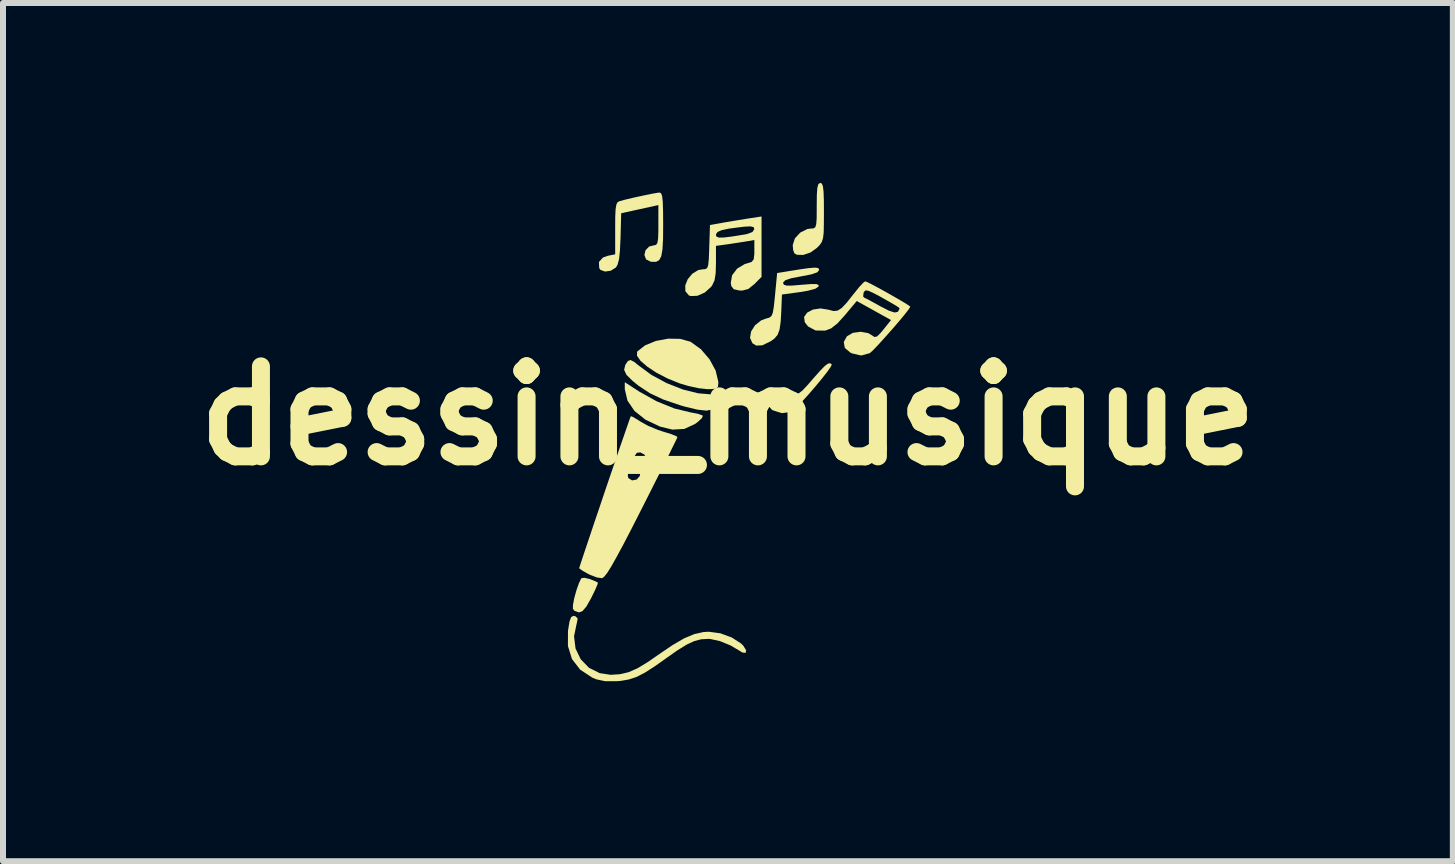
<source format=kicad_pcb>
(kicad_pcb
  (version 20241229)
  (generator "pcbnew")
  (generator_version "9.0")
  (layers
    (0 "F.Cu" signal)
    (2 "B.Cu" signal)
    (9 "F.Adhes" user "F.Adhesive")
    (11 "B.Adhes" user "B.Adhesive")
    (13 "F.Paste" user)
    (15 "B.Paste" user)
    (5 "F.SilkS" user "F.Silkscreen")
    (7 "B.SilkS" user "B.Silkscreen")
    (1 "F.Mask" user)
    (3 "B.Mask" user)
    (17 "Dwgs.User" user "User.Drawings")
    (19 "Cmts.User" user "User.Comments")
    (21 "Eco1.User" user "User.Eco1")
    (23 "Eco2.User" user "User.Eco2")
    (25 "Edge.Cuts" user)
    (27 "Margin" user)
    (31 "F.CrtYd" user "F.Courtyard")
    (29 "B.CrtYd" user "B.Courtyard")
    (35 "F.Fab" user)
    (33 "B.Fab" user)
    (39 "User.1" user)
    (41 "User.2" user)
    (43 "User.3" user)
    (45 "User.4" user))
  (footprint "dessin_musique"
    (layer "F.Cu")
    (at 9.086 3.88)
    (property "Reference" "dessin_musique" (at 0 0 0) (layer "F.SilkS") (effects (font (size 1.5 1.5) (thickness 0.3))))
    (attr board_only exclude_from_pos_files exclude_from_bom)
    (fp_poly (pts (xy -2.301 2.724) (xy -2.203 2.764) (xy -2.167 2.784) (xy -2.178 2.821) (xy -2.216 2.909) (xy -2.276 3.031) (xy -2.278 3.036) (xy -2.359 3.18) (xy -2.425 3.258) (xy -2.482 3.28) (xy -2.558 3.254) (xy -2.585 3.221) (xy -2.584 3.156) (xy -2.563 3.044) (xy -2.527 2.914) (xy -2.486 2.796) (xy -2.448 2.717) (xy -2.441 2.708) (xy -2.391 2.703)) (stroke (width 0) (type solid)) (fill yes) (layer "F.SilkS"))
    (fp_poly (pts (xy -1.476 -0.4) (xy -1.187 -0.239) (xy -0.893 -0.12) (xy -0.619 -0.054) (xy -0.613 -0.053) (xy -0.502 -0.032) (xy -0.43 -0.006) (xy -0.418 0.003) (xy -0.436 0.043) (xy -0.504 0.105) (xy -0.548 0.138) (xy -0.728 0.221) (xy -0.926 0.232) (xy -1.132 0.182) (xy -1.375 0.067) (xy -1.558 -0.079) (xy -1.675 -0.251) (xy -1.72 -0.442) (xy -1.72 -0.458) (xy -1.72 -0.558)) (stroke (width 0) (type solid)) (fill yes) (layer "F.SilkS"))
    (fp_poly (pts (xy -1.563 -0.897) (xy -1.497 -0.843) (xy -1.278 -0.681) (xy -1.022 -0.543) (xy -0.753 -0.437) (xy -0.497 -0.373) (xy -0.341 -0.36) (xy -0.216 -0.348) (xy -0.161 -0.305) (xy -0.171 -0.223) (xy -0.201 -0.157) (xy -0.259 -0.103) (xy -0.359 -0.084) (xy -0.512 -0.101) (xy -0.726 -0.153) (xy -0.8 -0.175) (xy -1.077 -0.269) (xy -1.299 -0.373) (xy -1.492 -0.5) (xy -1.588 -0.578) (xy -1.692 -0.681) (xy -1.731 -0.764) (xy -1.711 -0.848) (xy -1.669 -0.91) (xy -1.629 -0.929)) (stroke (width 0) (type solid)) (fill yes) (layer "F.SilkS"))
    (fp_poly (pts (xy -0.798 -1.281) (xy -0.628 -1.234) (xy -0.619 -1.229) (xy -0.45 -1.107) (xy -0.307 -0.94) (xy -0.205 -0.752) (xy -0.161 -0.567) (xy -0.16 -0.541) (xy -0.167 -0.48) (xy -0.2 -0.451) (xy -0.282 -0.443) (xy -0.35 -0.443) (xy -0.489 -0.458) (xy -0.662 -0.496) (xy -0.81 -0.54) (xy -1.011 -0.622) (xy -1.193 -0.717) (xy -1.346 -0.818) (xy -1.458 -0.915) (xy -1.517 -1.001) (xy -1.514 -1.067) (xy -1.512 -1.07) (xy -1.381 -1.173) (xy -1.201 -1.246) (xy -0.997 -1.284)) (stroke (width 0) (type solid)) (fill yes) (layer "F.SilkS"))
    (fp_poly (pts (xy 1.731 -0.855) (xy 1.716 -0.818) (xy 1.659 -0.736) (xy 1.57 -0.622) (xy 1.462 -0.492) (xy 1.347 -0.358) (xy 1.235 -0.235) (xy 1.14 -0.136) (xy 1.073 -0.075) (xy 1.053 -0.063) (xy 0.897 -0.042) (xy 0.746 -0.091) (xy 0.729 -0.102) (xy 0.659 -0.188) (xy 0.644 -0.288) (xy 0.685 -0.375) (xy 0.717 -0.399) (xy 0.849 -0.436) (xy 0.993 -0.429) (xy 1.099 -0.386) (xy 1.139 -0.365) (xy 1.181 -0.373) (xy 1.239 -0.417) (xy 1.325 -0.508) (xy 1.41 -0.606) (xy 1.532 -0.744) (xy 1.615 -0.829) (xy 1.669 -0.869) (xy 1.706 -0.873)) (stroke (width 0) (type solid)) (fill yes) (layer "F.SilkS"))
    (fp_poly (pts (xy 1.566 -3.868) (xy 1.583 -3.824) (xy 1.594 -3.735) (xy 1.599 -3.59) (xy 1.6 -3.397) (xy 1.599 -3.193) (xy 1.596 -3.053) (xy 1.585 -2.96) (xy 1.565 -2.897) (xy 1.532 -2.848) (xy 1.483 -2.797) (xy 1.375 -2.72) (xy 1.255 -2.68) (xy 1.151 -2.682) (xy 1.107 -2.707) (xy 1.087 -2.763) (xy 1.08 -2.844) (xy 1.116 -2.956) (xy 1.205 -3.052) (xy 1.324 -3.112) (xy 1.385 -3.12) (xy 1.429 -3.123) (xy 1.457 -3.143) (xy 1.472 -3.194) (xy 1.479 -3.292) (xy 1.48 -3.451) (xy 1.48 -3.5) (xy 1.482 -3.681) (xy 1.49 -3.796) (xy 1.506 -3.857) (xy 1.531 -3.879) (xy 1.54 -3.88)) (stroke (width 0) (type solid)) (fill yes) (layer "F.SilkS"))
    (fp_poly (pts (xy 1.494 -2.464) (xy 1.516 -2.448) (xy 1.52 -2.428) (xy 1.489 -2.39) (xy 1.392 -2.356) (xy 1.221 -2.323) (xy 1.22 -2.323) (xy 1.055 -2.291) (xy 0.958 -2.259) (xy 0.921 -2.223) (xy 0.92 -2.214) (xy 0.931 -2.184) (xy 0.976 -2.169) (xy 1.068 -2.169) (xy 1.225 -2.182) (xy 1.225 -2.182) (xy 1.381 -2.194) (xy 1.472 -2.194) (xy 1.51 -2.18) (xy 1.512 -2.155) (xy 1.461 -2.118) (xy 1.338 -2.084) (xy 1.197 -2.06) (xy 0.9 -2.02) (xy 0.89 -1.76) (xy 0.879 -1.566) (xy 0.86 -1.434) (xy 0.826 -1.345) (xy 0.772 -1.283) (xy 0.709 -1.239) (xy 0.572 -1.173) (xy 0.471 -1.169) (xy 0.408 -1.208) (xy 0.368 -1.297) (xy 0.386 -1.404) (xy 0.452 -1.508) (xy 0.554 -1.589) (xy 0.635 -1.619) (xy 0.689 -1.634) (xy 0.725 -1.661) (xy 0.748 -1.717) (xy 0.765 -1.818) (xy 0.782 -1.979) (xy 0.785 -2.011) (xy 0.82 -2.378) (xy 0.98 -2.404) (xy 1.197 -2.439) (xy 1.346 -2.46) (xy 1.442 -2.468)) (stroke (width 0) (type solid)) (fill yes) (layer "F.SilkS"))
    (fp_poly (pts (xy -1.114 -3.707) (xy -1.097 -3.66) (xy -1.087 -3.568) (xy -1.082 -3.419) (xy -1.08 -3.202) (xy -1.08 -3.185) (xy -1.082 -2.943) (xy -1.092 -2.771) (xy -1.112 -2.658) (xy -1.147 -2.592) (xy -1.199 -2.565) (xy -1.272 -2.565) (xy -1.287 -2.567) (xy -1.365 -2.606) (xy -1.393 -2.679) (xy -1.374 -2.758) (xy -1.314 -2.82) (xy -1.235 -2.84) (xy -1.198 -2.848) (xy -1.176 -2.881) (xy -1.164 -2.956) (xy -1.16 -3.088) (xy -1.16 -3.175) (xy -1.16 -3.511) (xy -1.47 -3.443) (xy -1.78 -3.375) (xy -1.791 -2.959) (xy -1.801 -2.751) (xy -1.816 -2.608) (xy -1.84 -2.518) (xy -1.868 -2.471) (xy -1.952 -2.417) (xy -2.048 -2.403) (xy -2.125 -2.43) (xy -2.146 -2.46) (xy -2.151 -2.562) (xy -2.085 -2.636) (xy -2.001 -2.666) (xy -1.88 -2.69) (xy -1.88 -3.122) (xy -1.879 -3.316) (xy -1.873 -3.444) (xy -1.86 -3.52) (xy -1.839 -3.56) (xy -1.81 -3.575) (xy -1.707 -3.603) (xy -1.568 -3.636) (xy -1.416 -3.669) (xy -1.277 -3.698) (xy -1.174 -3.716) (xy -1.138 -3.72)) (stroke (width 0) (type solid)) (fill yes) (layer "F.SilkS"))
    (fp_poly (pts (xy -2.541 3.345) (xy -2.505 3.382) (xy -2.52 3.461) (xy -2.522 3.466) (xy -2.566 3.679) (xy -2.541 3.881) (xy -2.455 4.06) (xy -2.318 4.202) (xy -2.139 4.292) (xy -1.956 4.32) (xy -1.799 4.31) (xy -1.655 4.276) (xy -1.505 4.21) (xy -1.328 4.102) (xy -1.171 3.993) (xy -0.929 3.828) (xy -0.73 3.712) (xy -0.56 3.641) (xy -0.407 3.607) (xy -0.32 3.602) (xy -0.127 3.628) (xy 0.064 3.698) (xy 0.219 3.798) (xy 0.256 3.835) (xy 0.303 3.911) (xy 0.296 3.954) (xy 0.242 3.949) (xy 0.208 3.928) (xy 0.045 3.831) (xy -0.134 3.758) (xy -0.295 3.723) (xy -0.327 3.721) (xy -0.448 3.728) (xy -0.562 3.758) (xy -0.689 3.817) (xy -0.844 3.913) (xy -1.02 4.037) (xy -1.228 4.184) (xy -1.392 4.288) (xy -1.528 4.357) (xy -1.653 4.398) (xy -1.785 4.421) (xy -1.858 4.427) (xy -2.044 4.427) (xy -2.192 4.396) (xy -2.262 4.367) (xy -2.464 4.234) (xy -2.6 4.058) (xy -2.668 3.84) (xy -2.667 3.583) (xy -2.665 3.574) (xy -2.642 3.433) (xy -2.615 3.359) (xy -2.576 3.337)) (stroke (width 0) (type solid)) (fill yes) (layer "F.SilkS"))
    (fp_poly (pts (xy 0.56 -2.817) (xy 0.56 -2.314) (xy 0.441 -2.194) (xy 0.339 -2.112) (xy 0.24 -2.086) (xy 0.191 -2.087) (xy 0.097 -2.108) (xy 0.057 -2.16) (xy 0.047 -2.214) (xy 0.069 -2.341) (xy 0.153 -2.452) (xy 0.281 -2.528) (xy 0.325 -2.541) (xy 0.396 -2.564) (xy 0.43 -2.608) (xy 0.44 -2.698) (xy 0.44 -2.748) (xy 0.44 -2.929) (xy 0.31 -2.906) (xy 0.187 -2.887) (xy 0.038 -2.864) (xy -0.01 -2.857) (xy -0.2 -2.831) (xy -0.2 -2.541) (xy -0.205 -2.37) (xy -0.224 -2.256) (xy -0.262 -2.174) (xy -0.28 -2.149) (xy -0.385 -2.054) (xy -0.508 -1.999) (xy -0.62 -1.994) (xy -0.653 -2.006) (xy -0.71 -2.076) (xy -0.712 -2.172) (xy -0.67 -2.276) (xy -0.594 -2.367) (xy -0.496 -2.427) (xy -0.423 -2.44) (xy -0.376 -2.443) (xy -0.346 -2.462) (xy -0.329 -2.513) (xy -0.319 -2.61) (xy -0.313 -2.77) (xy -0.312 -2.81) (xy -0.305 -3.011) (xy -0.2 -3.011) (xy -0.189 -2.983) (xy -0.147 -2.969) (xy -0.062 -2.971) (xy 0.076 -2.988) (xy 0.279 -3.021) (xy 0.31 -3.026) (xy 0.407 -3.061) (xy 0.44 -3.11) (xy 0.427 -3.144) (xy 0.377 -3.156) (xy 0.272 -3.151) (xy 0.212 -3.144) (xy 0.02 -3.119) (xy -0.104 -3.093) (xy -0.173 -3.063) (xy -0.199 -3.025) (xy -0.2 -3.011) (xy -0.305 -3.011) (xy -0.3 -3.179) (xy -0.04 -3.225) (xy 0.128 -3.253) (xy 0.293 -3.28) (xy 0.39 -3.295) (xy 0.56 -3.321)) (stroke (width 0) (type solid)) (fill yes) (layer "F.SilkS"))
    (fp_poly (pts (xy -1.584 0.021) (xy -1.505 0.068) (xy -1.456 0.1) (xy -1.327 0.171) (xy -1.165 0.238) (xy -1.071 0.269) (xy -0.949 0.306) (xy -0.866 0.339) (xy -0.842 0.357) (xy -0.86 0.397) (xy -0.91 0.499) (xy -0.987 0.656) (xy -1.088 0.859) (xy -1.209 1.098) (xy -1.344 1.366) (xy -1.432 1.54) (xy -1.603 1.876) (xy -1.743 2.146) (xy -1.856 2.355) (xy -1.943 2.51) (xy -2.01 2.617) (xy -2.059 2.68) (xy -2.093 2.707) (xy -2.1 2.709) (xy -2.185 2.697) (xy -2.298 2.654) (xy -2.33 2.638) (xy -2.422 2.586) (xy -2.475 2.549) (xy -2.48 2.542) (xy -2.468 2.502) (xy -2.433 2.396) (xy -2.38 2.236) (xy -2.312 2.034) (xy -2.233 1.798) (xy -2.146 1.542) (xy -2.056 1.274) (xy -1.965 1.007) (xy -1.963 1.001) (xy -1.67 1.001) (xy -1.66 1.04) (xy -1.598 1.079) (xy -1.522 1.065) (xy -1.471 1.007) (xy -1.468 1) (xy -1.466 0.945) (xy -1.49 0.946) (xy -1.544 0.94) (xy -1.582 0.903) (xy -1.624 0.858) (xy -1.648 0.884) (xy -1.659 0.917) (xy -1.67 1.001) (xy -1.963 1.001) (xy -1.877 0.75) (xy -1.865 0.714) (xy -1.57 0.714) (xy -1.57 0.77) (xy -1.515 0.77) (xy -1.515 0.77) (xy -1.454 0.776) (xy -1.439 0.825) (xy -1.433 0.875) (xy -1.406 0.849) (xy -1.4 0.84) (xy -1.365 0.75) (xy -1.361 0.714) (xy -1.392 0.649) (xy -1.461 0.612) (xy -1.519 0.619) (xy -1.554 0.67) (xy -1.57 0.714) (xy -1.865 0.714) (xy -1.797 0.515) (xy -1.727 0.313) (xy -1.672 0.154) (xy -1.635 0.048) (xy -1.62 0.008) (xy -1.62 0.008)) (stroke (width 0) (type solid)) (fill yes) (layer "F.SilkS"))
    (fp_poly (pts (xy 2.333 -2.222) (xy 2.427 -2.174) (xy 2.553 -2.106) (xy 2.693 -2.028) (xy 2.829 -1.95) (xy 2.944 -1.882) (xy 3.019 -1.834) (xy 3.04 -1.817) (xy 3.015 -1.775) (xy 2.948 -1.689) (xy 2.852 -1.573) (xy 2.739 -1.442) (xy 2.621 -1.309) (xy 2.512 -1.189) (xy 2.424 -1.096) (xy 2.369 -1.046) (xy 2.363 -1.042) (xy 2.222 -1.003) (xy 2.07 -1.038) (xy 2.04 -1.052) (xy 1.948 -1.13) (xy 1.931 -1.228) (xy 1.983 -1.323) (xy 2.082 -1.381) (xy 2.213 -1.399) (xy 2.34 -1.376) (xy 2.4 -1.34) (xy 2.444 -1.311) (xy 2.488 -1.322) (xy 2.549 -1.384) (xy 2.593 -1.437) (xy 2.719 -1.594) (xy 2.433 -1.753) (xy 2.147 -1.912) (xy 1.951 -1.677) (xy 1.824 -1.537) (xy 1.719 -1.455) (xy 1.622 -1.418) (xy 1.622 -1.418) (xy 1.463 -1.42) (xy 1.336 -1.487) (xy 1.281 -1.558) (xy 1.269 -1.645) (xy 1.32 -1.718) (xy 1.417 -1.769) (xy 1.541 -1.788) (xy 1.677 -1.767) (xy 1.686 -1.764) (xy 1.763 -1.744) (xy 1.83 -1.752) (xy 1.899 -1.797) (xy 1.984 -1.888) (xy 2.063 -1.989) (xy 2.254 -1.989) (xy 2.268 -1.97) (xy 2.317 -1.946) (xy 2.414 -1.894) (xy 2.539 -1.825) (xy 2.54 -1.824) (xy 2.685 -1.75) (xy 2.779 -1.72) (xy 2.832 -1.731) (xy 2.861 -1.78) (xy 2.852 -1.801) (xy 2.803 -1.833) (xy 2.704 -1.891) (xy 2.575 -1.964) (xy 2.555 -1.976) (xy 2.419 -2.048) (xy 2.336 -2.084) (xy 2.291 -2.088) (xy 2.267 -2.062) (xy 2.262 -2.052) (xy 2.254 -1.989) (xy 2.063 -1.989) (xy 2.101 -2.036) (xy 2.11 -2.047) (xy 2.192 -2.149) (xy 2.258 -2.219) (xy 2.289 -2.24)) (stroke (width 0) (type solid)) (fill yes) (layer "F.SilkS")))
  (gr_rect
    (start -3 -3)
    (end 21.171 11.307)
    (stroke (width 0.1) (type default))
    (fill no)
    (layer "Edge.Cuts")))
</source>
